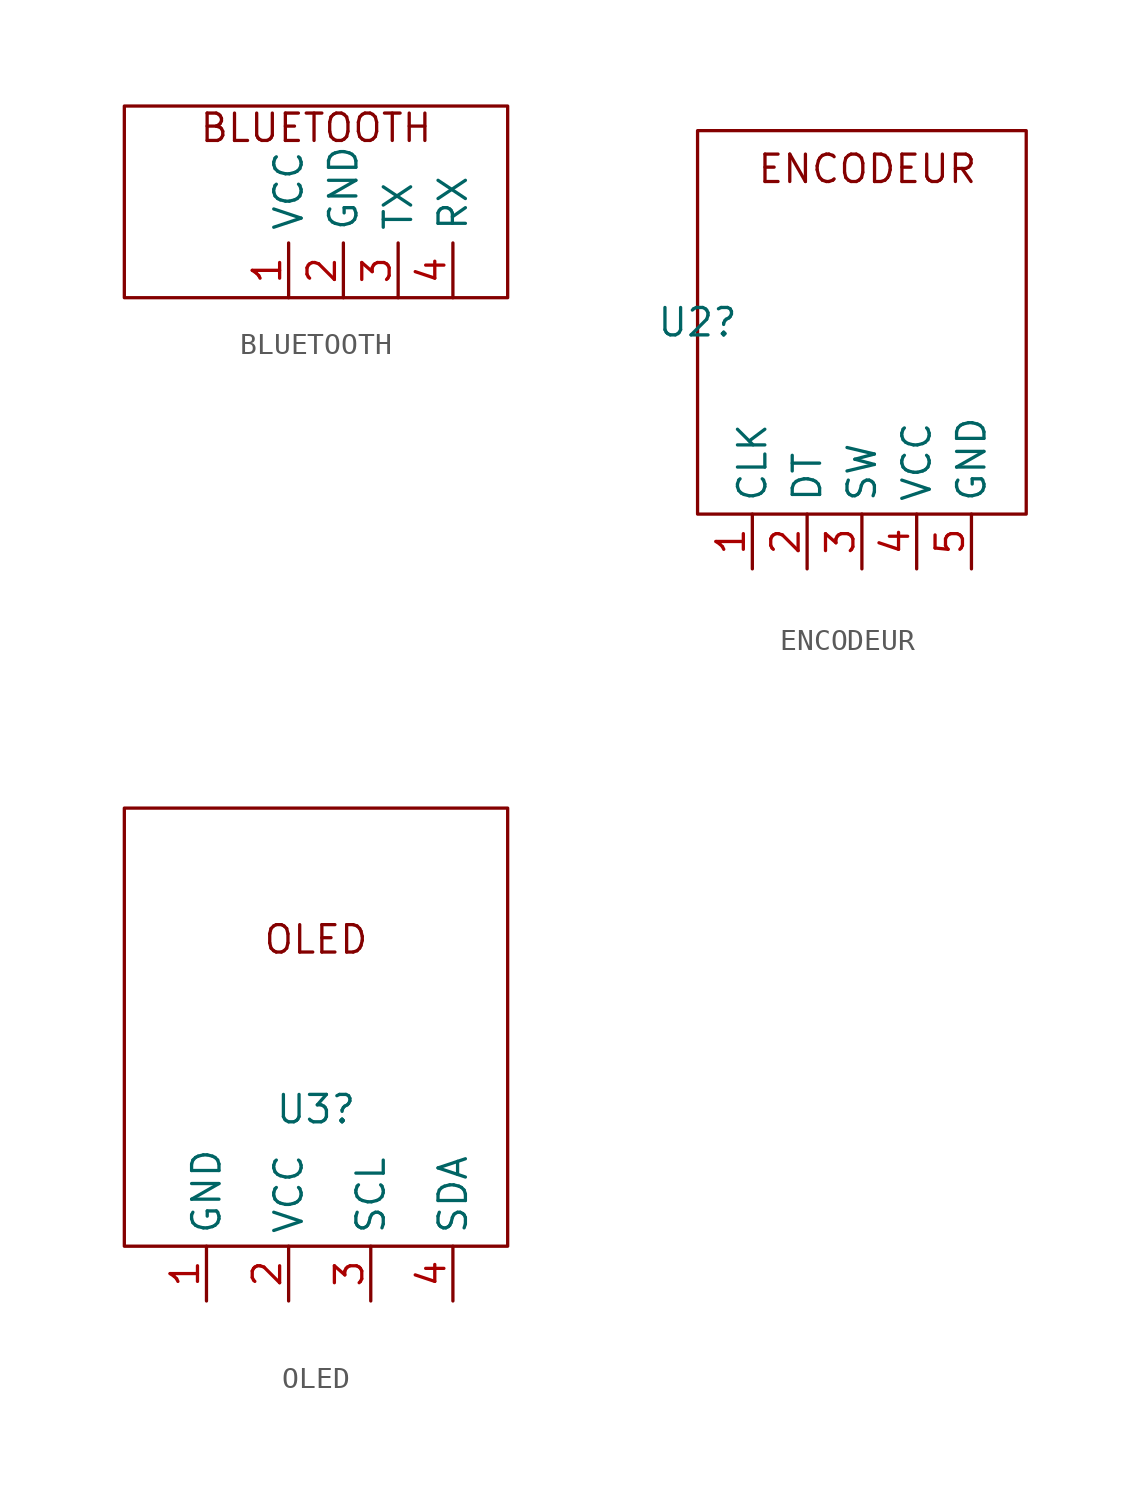
<source format=kicad_sym>
(kicad_symbol_lib
  (version 20241209)
  (generator "kicad_symbol_editor")
  (generator_version "9.0")
  (symbol "BLUETOOTH"
    (property "Reference" "U"
      (at 0 0 0)
      (effects (font (size 1.27 1.27)) (hide yes)))
    (property "Value" ""
      (at 0 0 0)
      (effects (font (size 1.27 1.27))))
    (symbol "BLUETOOTH_0_1"
      (rectangle (start -7.62 8.89) (end 10.16 0) (stroke (width 0) (type default)) (fill (type none))))
    (symbol "BLUETOOTH_1_0"
      (pin input line (at 7.62 0 90) (length 2.54) (name "RX" (effects (font (size 1.27 1.27)))) (number "4" (effects (font (size 1.27 1.27))))))
    (symbol "BLUETOOTH_1_1"
      (text "BLUETOOTH" (at 1.27 7.874 0) (effects (font (size 1.27 1.27))))
      (pin input line (at 0 0 90) (length 2.54) (name "VCC" (effects (font (size 1.27 1.27)))) (number "1" (effects (font (size 1.27 1.27)))))
      (pin input line (at 2.54 0 90) (length 2.54) (name "GND" (effects (font (size 1.27 1.27)))) (number "2" (effects (font (size 1.27 1.27)))))
      (pin output line (at 5.08 0 90) (length 2.54) (name "TX" (effects (font (size 1.27 1.27)))) (number "3" (effects (font (size 1.27 1.27)))))))
  (symbol "ENCODEUR"
    (property "Reference" "U2"
      (at 0 0 0)
      (effects (font (size 1.27 1.27))))
    (property "Value" ""
      (at 0 0 0)
      (effects (font (size 1.27 1.27))))
    (symbol "ENCODEUR_0_1"
      (rectangle (start 0 8.89) (end 15.24 -8.89) (stroke (width 0) (type default)) (fill (type none))))
    (symbol "ENCODEUR_1_1"
      (text "ENCODEUR" (at 7.874 7.112 0) (effects (font (size 1.27 1.27))))
      (pin input line (at 2.54 -11.43 90) (length 2.54) (name "CLK" (effects (font (size 1.27 1.27)))) (number "1" (effects (font (size 1.27 1.27)))))
      (pin input line (at 5.08 -11.43 90) (length 2.54) (name "DT" (effects (font (size 1.27 1.27)))) (number "2" (effects (font (size 1.27 1.27)))))
      (pin input line (at 7.62 -11.43 90) (length 2.54) (name "SW" (effects (font (size 1.27 1.27)))) (number "3" (effects (font (size 1.27 1.27)))))
      (pin input line (at 10.16 -11.43 90) (length 2.54) (name "VCC" (effects (font (size 1.27 1.27)))) (number "4" (effects (font (size 1.27 1.27)))))
      (pin input line (at 12.7 -11.43 90) (length 2.54) (name "GND" (effects (font (size 1.27 1.27)))) (number "5" (effects (font (size 1.27 1.27)))))))
  (symbol "OLED"
    (property "Reference" "U3"
      (at 0 0 0)
      (effects (font (size 1.27 1.27))))
    (property "Value" ""
      (at 0 0 0)
      (effects (font (size 1.27 1.27))))
    (symbol "OLED_0_1"
      (rectangle (start -8.89 13.97) (end 8.89 -6.35) (stroke (width 0) (type default)) (fill (type none))))
    (symbol "OLED_1_1"
      (text "OLED" (at 0 7.874 0) (effects (font (size 1.27 1.27))))
      (pin input line (at -5.08 -8.89 90) (length 2.54) (name "GND" (effects (font (size 1.27 1.27)))) (number "1" (effects (font (size 1.27 1.27)))))
      (pin input line (at -1.27 -8.89 90) (length 2.54) (name "VCC" (effects (font (size 1.27 1.27)))) (number "2" (effects (font (size 1.27 1.27)))))
      (pin input line (at 2.54 -8.89 90) (length 2.54) (name "SCL" (effects (font (size 1.27 1.27)))) (number "3" (effects (font (size 1.27 1.27)))))
      (pin input line (at 6.35 -8.89 90) (length 2.54) (name "SDA" (effects (font (size 1.27 1.27)))) (number "4" (effects (font (size 1.27 1.27))))))))
</source>
